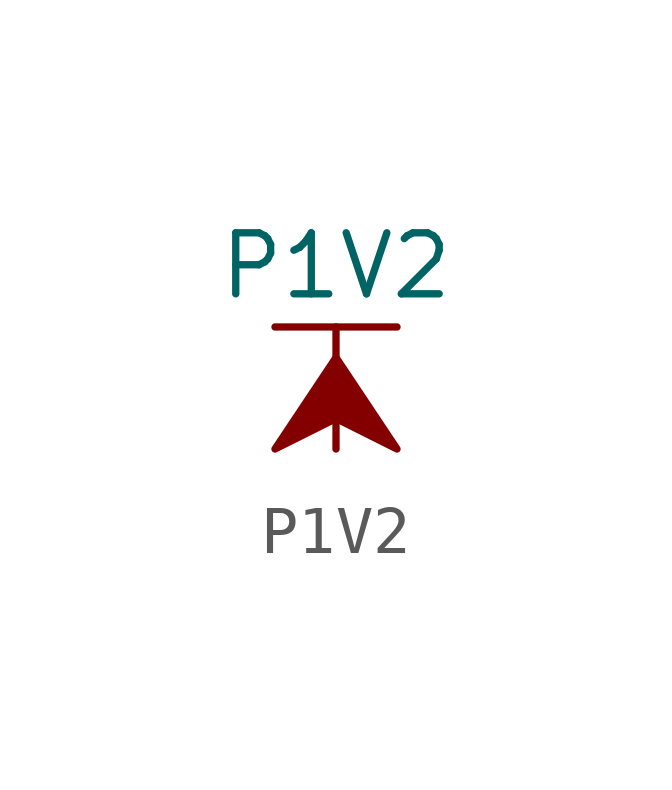
<source format=kicad_sym>
(kicad_symbol_lib
  (version 20211014)
  (generator kicad_symbol_editor)
  (symbol "P1V2"
    (power)
    (pin_names
      (offset 0))
    (property "Reference" "#PWR"
      (at 0 -3.81 0)
      (effects (font (size 1.27 1.27)) hide))
    (property "Value" "P1V2"
      (at 0 3.81 0)
      (effects (font (size 1.27 1.27))))
    (symbol "P1V2_0_1"
      (polyline (pts (xy -1.27 2.54) (xy 1.27 2.54)) (stroke (width 0.152) (type default) (color 0 0 0 0)) (fill (type none)))
      (polyline (pts (xy 0 0) (xy 0 2.54)) (stroke (width 0.152) (type default) (color 0 0 0 0)) (fill (type none)))
      (polyline (pts (xy 0 1.905) (xy -1.27 0) (xy 0 0.635) (xy 1.27 0) (xy 0 1.905)) (stroke (width 0.152) (type default) (color 0 0 0 0)) (fill (type outline))))
    (symbol "P1V2_1_1"
      (pin power_in line (at 0 0 90) (length 0) hide (name "P1V2" (effects (font (size 1.27 1.27)))) (number "1" (effects (font (size 1.27 1.27))))))))
</source>
